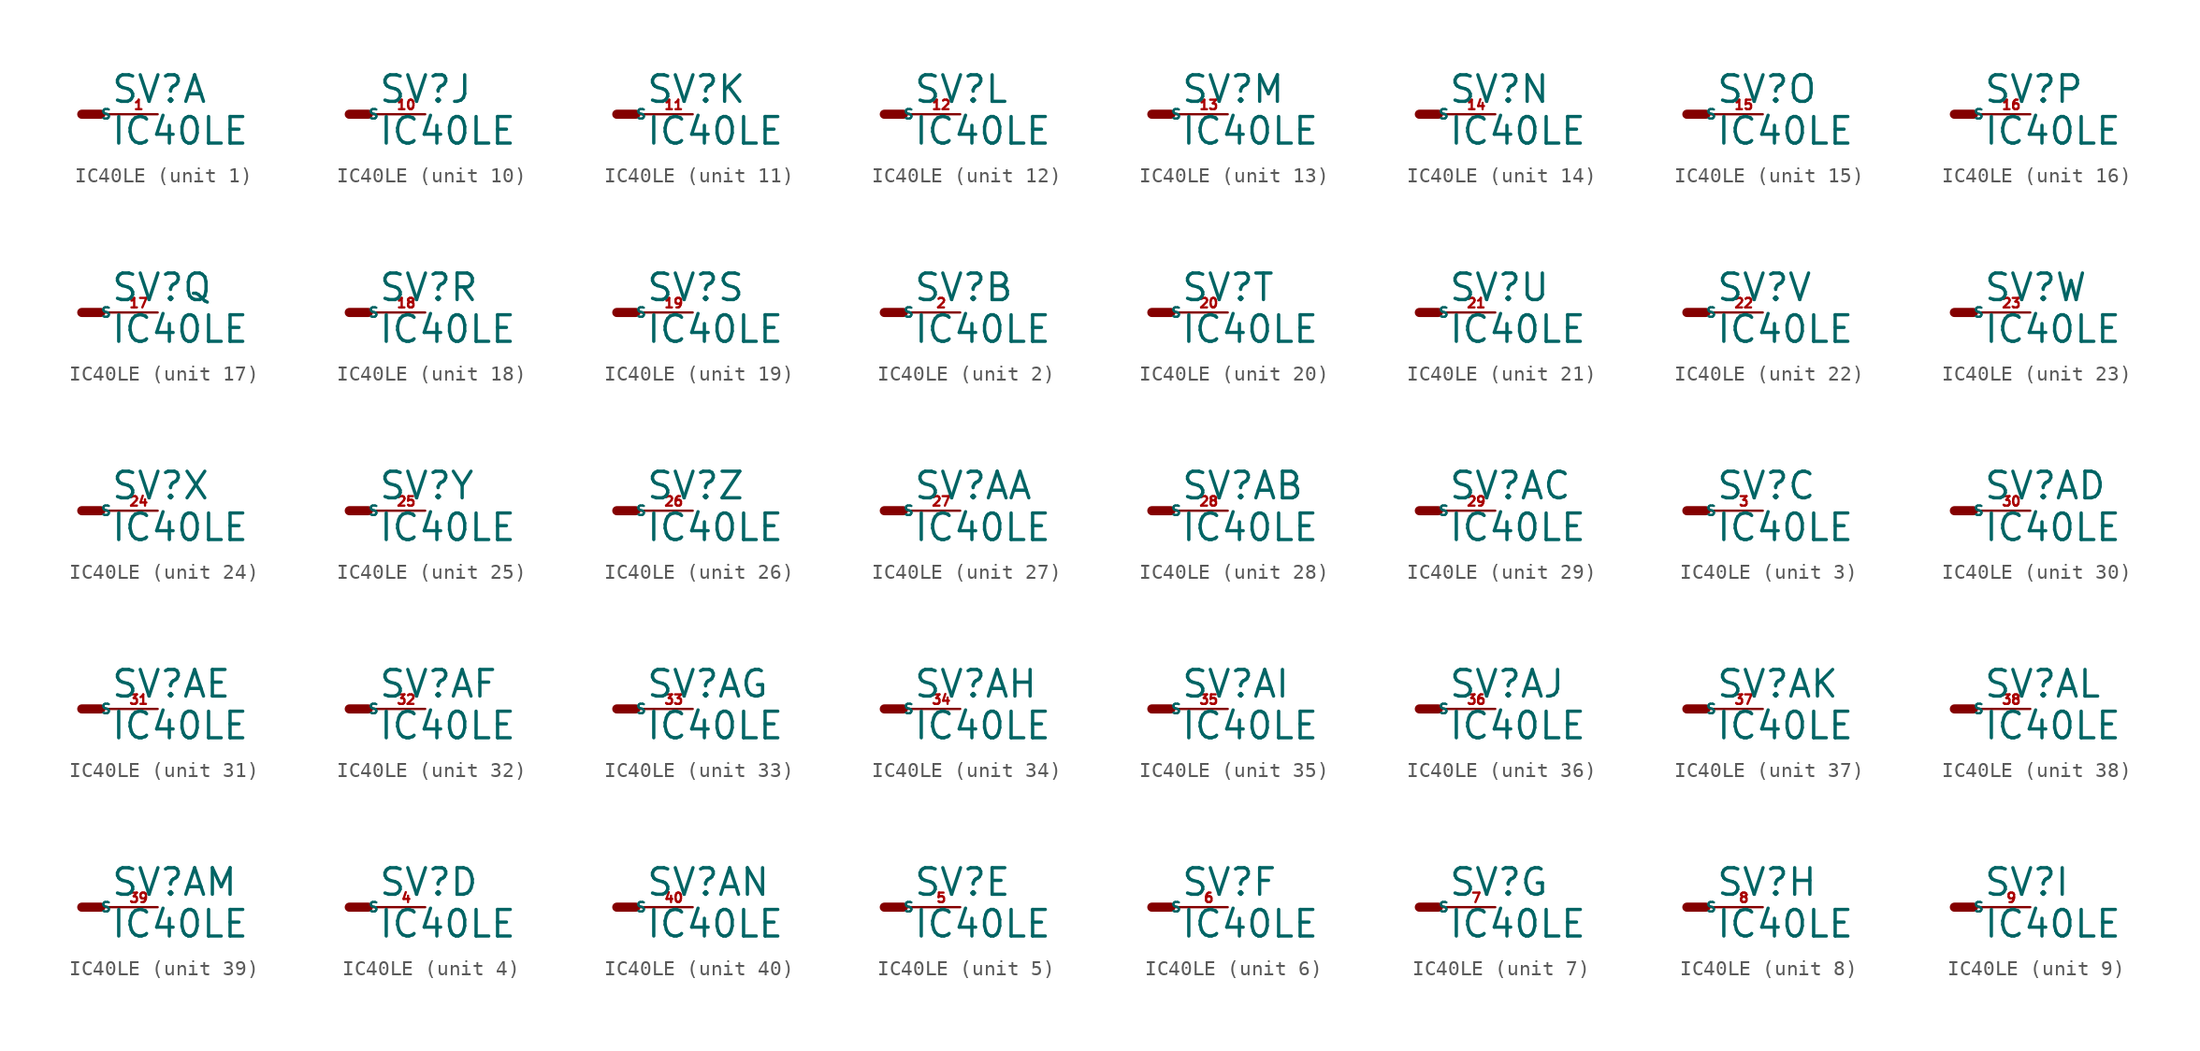
<source format=kicad_sym>
(kicad_symbol_lib
  (version 20220914)
  (generator Eagle2Kicad)
  (symbol "IC40LE"
    (property "Reference" "SV"
      (at 1.905 0.635 0)
      (effects (font (size 1.778 1.778) (thickness 0.22)) (justify left bottom)))
    (property "Value" "IC40LE"
      (at 1.905 -2.159 0)
      (effects (font (size 1.778 1.778) (thickness 0.22)) (justify left bottom)))
    (symbol "IC40LE_1_0"
      (polyline (pts (xy 0 0) (xy 1.27 0)) (stroke (width 0.61) (type default)) (fill (type none)))
      (polyline (pts (xy 2.54 0) (xy 1.27 0)) (stroke (width 0.152) (type default)) (fill (type none)))
      (pin passive line (at 5.08 0 180) (length 2.54) (name "S" (effects (font (size 0.635 0.635) (thickness 0.08)) (justify left bottom))) (number "1" (effects (font (size 0.635 0.635) (thickness 0.08)) (justify left bottom)))))
    (symbol "IC40LE_2_0"
      (polyline (pts (xy 0 0) (xy 1.27 0)) (stroke (width 0.61) (type default)) (fill (type none)))
      (polyline (pts (xy 2.54 0) (xy 1.27 0)) (stroke (width 0.152) (type default)) (fill (type none)))
      (pin passive line (at 5.08 0 180) (length 2.54) (name "S" (effects (font (size 0.635 0.635) (thickness 0.08)) (justify left bottom))) (number "2" (effects (font (size 0.635 0.635) (thickness 0.08)) (justify left bottom)))))
    (symbol "IC40LE_3_0"
      (polyline (pts (xy 0 0) (xy 1.27 0)) (stroke (width 0.61) (type default)) (fill (type none)))
      (polyline (pts (xy 2.54 0) (xy 1.27 0)) (stroke (width 0.152) (type default)) (fill (type none)))
      (pin passive line (at 5.08 0 180) (length 2.54) (name "S" (effects (font (size 0.635 0.635) (thickness 0.08)) (justify left bottom))) (number "3" (effects (font (size 0.635 0.635) (thickness 0.08)) (justify left bottom)))))
    (symbol "IC40LE_4_0"
      (polyline (pts (xy 0 0) (xy 1.27 0)) (stroke (width 0.61) (type default)) (fill (type none)))
      (polyline (pts (xy 2.54 0) (xy 1.27 0)) (stroke (width 0.152) (type default)) (fill (type none)))
      (pin passive line (at 5.08 0 180) (length 2.54) (name "S" (effects (font (size 0.635 0.635) (thickness 0.08)) (justify left bottom))) (number "4" (effects (font (size 0.635 0.635) (thickness 0.08)) (justify left bottom)))))
    (symbol "IC40LE_5_0"
      (polyline (pts (xy 0 0) (xy 1.27 0)) (stroke (width 0.61) (type default)) (fill (type none)))
      (polyline (pts (xy 2.54 0) (xy 1.27 0)) (stroke (width 0.152) (type default)) (fill (type none)))
      (pin passive line (at 5.08 0 180) (length 2.54) (name "S" (effects (font (size 0.635 0.635) (thickness 0.08)) (justify left bottom))) (number "5" (effects (font (size 0.635 0.635) (thickness 0.08)) (justify left bottom)))))
    (symbol "IC40LE_6_0"
      (polyline (pts (xy 0 0) (xy 1.27 0)) (stroke (width 0.61) (type default)) (fill (type none)))
      (polyline (pts (xy 2.54 0) (xy 1.27 0)) (stroke (width 0.152) (type default)) (fill (type none)))
      (pin passive line (at 5.08 0 180) (length 2.54) (name "S" (effects (font (size 0.635 0.635) (thickness 0.08)) (justify left bottom))) (number "6" (effects (font (size 0.635 0.635) (thickness 0.08)) (justify left bottom)))))
    (symbol "IC40LE_7_0"
      (polyline (pts (xy 0 0) (xy 1.27 0)) (stroke (width 0.61) (type default)) (fill (type none)))
      (polyline (pts (xy 2.54 0) (xy 1.27 0)) (stroke (width 0.152) (type default)) (fill (type none)))
      (pin passive line (at 5.08 0 180) (length 2.54) (name "S" (effects (font (size 0.635 0.635) (thickness 0.08)) (justify left bottom))) (number "7" (effects (font (size 0.635 0.635) (thickness 0.08)) (justify left bottom)))))
    (symbol "IC40LE_8_0"
      (polyline (pts (xy 0 0) (xy 1.27 0)) (stroke (width 0.61) (type default)) (fill (type none)))
      (polyline (pts (xy 2.54 0) (xy 1.27 0)) (stroke (width 0.152) (type default)) (fill (type none)))
      (pin passive line (at 5.08 0 180) (length 2.54) (name "S" (effects (font (size 0.635 0.635) (thickness 0.08)) (justify left bottom))) (number "8" (effects (font (size 0.635 0.635) (thickness 0.08)) (justify left bottom)))))
    (symbol "IC40LE_9_0"
      (polyline (pts (xy 0 0) (xy 1.27 0)) (stroke (width 0.61) (type default)) (fill (type none)))
      (polyline (pts (xy 2.54 0) (xy 1.27 0)) (stroke (width 0.152) (type default)) (fill (type none)))
      (pin passive line (at 5.08 0 180) (length 2.54) (name "S" (effects (font (size 0.635 0.635) (thickness 0.08)) (justify left bottom))) (number "9" (effects (font (size 0.635 0.635) (thickness 0.08)) (justify left bottom)))))
    (symbol "IC40LE_10_0"
      (polyline (pts (xy 0 0) (xy 1.27 0)) (stroke (width 0.61) (type default)) (fill (type none)))
      (polyline (pts (xy 2.54 0) (xy 1.27 0)) (stroke (width 0.152) (type default)) (fill (type none)))
      (pin passive line (at 5.08 0 180) (length 2.54) (name "S" (effects (font (size 0.635 0.635) (thickness 0.08)) (justify left bottom))) (number "10" (effects (font (size 0.635 0.635) (thickness 0.08)) (justify left bottom)))))
    (symbol "IC40LE_11_0"
      (polyline (pts (xy 0 0) (xy 1.27 0)) (stroke (width 0.61) (type default)) (fill (type none)))
      (polyline (pts (xy 2.54 0) (xy 1.27 0)) (stroke (width 0.152) (type default)) (fill (type none)))
      (pin passive line (at 5.08 0 180) (length 2.54) (name "S" (effects (font (size 0.635 0.635) (thickness 0.08)) (justify left bottom))) (number "11" (effects (font (size 0.635 0.635) (thickness 0.08)) (justify left bottom)))))
    (symbol "IC40LE_12_0"
      (polyline (pts (xy 0 0) (xy 1.27 0)) (stroke (width 0.61) (type default)) (fill (type none)))
      (polyline (pts (xy 2.54 0) (xy 1.27 0)) (stroke (width 0.152) (type default)) (fill (type none)))
      (pin passive line (at 5.08 0 180) (length 2.54) (name "S" (effects (font (size 0.635 0.635) (thickness 0.08)) (justify left bottom))) (number "12" (effects (font (size 0.635 0.635) (thickness 0.08)) (justify left bottom)))))
    (symbol "IC40LE_13_0"
      (polyline (pts (xy 0 0) (xy 1.27 0)) (stroke (width 0.61) (type default)) (fill (type none)))
      (polyline (pts (xy 2.54 0) (xy 1.27 0)) (stroke (width 0.152) (type default)) (fill (type none)))
      (pin passive line (at 5.08 0 180) (length 2.54) (name "S" (effects (font (size 0.635 0.635) (thickness 0.08)) (justify left bottom))) (number "13" (effects (font (size 0.635 0.635) (thickness 0.08)) (justify left bottom)))))
    (symbol "IC40LE_14_0"
      (polyline (pts (xy 0 0) (xy 1.27 0)) (stroke (width 0.61) (type default)) (fill (type none)))
      (polyline (pts (xy 2.54 0) (xy 1.27 0)) (stroke (width 0.152) (type default)) (fill (type none)))
      (pin passive line (at 5.08 0 180) (length 2.54) (name "S" (effects (font (size 0.635 0.635) (thickness 0.08)) (justify left bottom))) (number "14" (effects (font (size 0.635 0.635) (thickness 0.08)) (justify left bottom)))))
    (symbol "IC40LE_15_0"
      (polyline (pts (xy 0 0) (xy 1.27 0)) (stroke (width 0.61) (type default)) (fill (type none)))
      (polyline (pts (xy 2.54 0) (xy 1.27 0)) (stroke (width 0.152) (type default)) (fill (type none)))
      (pin passive line (at 5.08 0 180) (length 2.54) (name "S" (effects (font (size 0.635 0.635) (thickness 0.08)) (justify left bottom))) (number "15" (effects (font (size 0.635 0.635) (thickness 0.08)) (justify left bottom)))))
    (symbol "IC40LE_16_0"
      (polyline (pts (xy 0 0) (xy 1.27 0)) (stroke (width 0.61) (type default)) (fill (type none)))
      (polyline (pts (xy 2.54 0) (xy 1.27 0)) (stroke (width 0.152) (type default)) (fill (type none)))
      (pin passive line (at 5.08 0 180) (length 2.54) (name "S" (effects (font (size 0.635 0.635) (thickness 0.08)) (justify left bottom))) (number "16" (effects (font (size 0.635 0.635) (thickness 0.08)) (justify left bottom)))))
    (symbol "IC40LE_17_0"
      (polyline (pts (xy 0 0) (xy 1.27 0)) (stroke (width 0.61) (type default)) (fill (type none)))
      (polyline (pts (xy 2.54 0) (xy 1.27 0)) (stroke (width 0.152) (type default)) (fill (type none)))
      (pin passive line (at 5.08 0 180) (length 2.54) (name "S" (effects (font (size 0.635 0.635) (thickness 0.08)) (justify left bottom))) (number "17" (effects (font (size 0.635 0.635) (thickness 0.08)) (justify left bottom)))))
    (symbol "IC40LE_18_0"
      (polyline (pts (xy 0 0) (xy 1.27 0)) (stroke (width 0.61) (type default)) (fill (type none)))
      (polyline (pts (xy 2.54 0) (xy 1.27 0)) (stroke (width 0.152) (type default)) (fill (type none)))
      (pin passive line (at 5.08 0 180) (length 2.54) (name "S" (effects (font (size 0.635 0.635) (thickness 0.08)) (justify left bottom))) (number "18" (effects (font (size 0.635 0.635) (thickness 0.08)) (justify left bottom)))))
    (symbol "IC40LE_19_0"
      (polyline (pts (xy 0 0) (xy 1.27 0)) (stroke (width 0.61) (type default)) (fill (type none)))
      (polyline (pts (xy 2.54 0) (xy 1.27 0)) (stroke (width 0.152) (type default)) (fill (type none)))
      (pin passive line (at 5.08 0 180) (length 2.54) (name "S" (effects (font (size 0.635 0.635) (thickness 0.08)) (justify left bottom))) (number "19" (effects (font (size 0.635 0.635) (thickness 0.08)) (justify left bottom)))))
    (symbol "IC40LE_20_0"
      (polyline (pts (xy 0 0) (xy 1.27 0)) (stroke (width 0.61) (type default)) (fill (type none)))
      (polyline (pts (xy 2.54 0) (xy 1.27 0)) (stroke (width 0.152) (type default)) (fill (type none)))
      (pin passive line (at 5.08 0 180) (length 2.54) (name "S" (effects (font (size 0.635 0.635) (thickness 0.08)) (justify left bottom))) (number "20" (effects (font (size 0.635 0.635) (thickness 0.08)) (justify left bottom)))))
    (symbol "IC40LE_21_0"
      (polyline (pts (xy 0 0) (xy 1.27 0)) (stroke (width 0.61) (type default)) (fill (type none)))
      (polyline (pts (xy 2.54 0) (xy 1.27 0)) (stroke (width 0.152) (type default)) (fill (type none)))
      (pin passive line (at 5.08 0 180) (length 2.54) (name "S" (effects (font (size 0.635 0.635) (thickness 0.08)) (justify left bottom))) (number "21" (effects (font (size 0.635 0.635) (thickness 0.08)) (justify left bottom)))))
    (symbol "IC40LE_22_0"
      (polyline (pts (xy 0 0) (xy 1.27 0)) (stroke (width 0.61) (type default)) (fill (type none)))
      (polyline (pts (xy 2.54 0) (xy 1.27 0)) (stroke (width 0.152) (type default)) (fill (type none)))
      (pin passive line (at 5.08 0 180) (length 2.54) (name "S" (effects (font (size 0.635 0.635) (thickness 0.08)) (justify left bottom))) (number "22" (effects (font (size 0.635 0.635) (thickness 0.08)) (justify left bottom)))))
    (symbol "IC40LE_23_0"
      (polyline (pts (xy 0 0) (xy 1.27 0)) (stroke (width 0.61) (type default)) (fill (type none)))
      (polyline (pts (xy 2.54 0) (xy 1.27 0)) (stroke (width 0.152) (type default)) (fill (type none)))
      (pin passive line (at 5.08 0 180) (length 2.54) (name "S" (effects (font (size 0.635 0.635) (thickness 0.08)) (justify left bottom))) (number "23" (effects (font (size 0.635 0.635) (thickness 0.08)) (justify left bottom)))))
    (symbol "IC40LE_24_0"
      (polyline (pts (xy 0 0) (xy 1.27 0)) (stroke (width 0.61) (type default)) (fill (type none)))
      (polyline (pts (xy 2.54 0) (xy 1.27 0)) (stroke (width 0.152) (type default)) (fill (type none)))
      (pin passive line (at 5.08 0 180) (length 2.54) (name "S" (effects (font (size 0.635 0.635) (thickness 0.08)) (justify left bottom))) (number "24" (effects (font (size 0.635 0.635) (thickness 0.08)) (justify left bottom)))))
    (symbol "IC40LE_25_0"
      (polyline (pts (xy 0 0) (xy 1.27 0)) (stroke (width 0.61) (type default)) (fill (type none)))
      (polyline (pts (xy 2.54 0) (xy 1.27 0)) (stroke (width 0.152) (type default)) (fill (type none)))
      (pin passive line (at 5.08 0 180) (length 2.54) (name "S" (effects (font (size 0.635 0.635) (thickness 0.08)) (justify left bottom))) (number "25" (effects (font (size 0.635 0.635) (thickness 0.08)) (justify left bottom)))))
    (symbol "IC40LE_26_0"
      (polyline (pts (xy 0 0) (xy 1.27 0)) (stroke (width 0.61) (type default)) (fill (type none)))
      (polyline (pts (xy 2.54 0) (xy 1.27 0)) (stroke (width 0.152) (type default)) (fill (type none)))
      (pin passive line (at 5.08 0 180) (length 2.54) (name "S" (effects (font (size 0.635 0.635) (thickness 0.08)) (justify left bottom))) (number "26" (effects (font (size 0.635 0.635) (thickness 0.08)) (justify left bottom)))))
    (symbol "IC40LE_27_0"
      (polyline (pts (xy 0 0) (xy 1.27 0)) (stroke (width 0.61) (type default)) (fill (type none)))
      (polyline (pts (xy 2.54 0) (xy 1.27 0)) (stroke (width 0.152) (type default)) (fill (type none)))
      (pin passive line (at 5.08 0 180) (length 2.54) (name "S" (effects (font (size 0.635 0.635) (thickness 0.08)) (justify left bottom))) (number "27" (effects (font (size 0.635 0.635) (thickness 0.08)) (justify left bottom)))))
    (symbol "IC40LE_28_0"
      (polyline (pts (xy 0 0) (xy 1.27 0)) (stroke (width 0.61) (type default)) (fill (type none)))
      (polyline (pts (xy 2.54 0) (xy 1.27 0)) (stroke (width 0.152) (type default)) (fill (type none)))
      (pin passive line (at 5.08 0 180) (length 2.54) (name "S" (effects (font (size 0.635 0.635) (thickness 0.08)) (justify left bottom))) (number "28" (effects (font (size 0.635 0.635) (thickness 0.08)) (justify left bottom)))))
    (symbol "IC40LE_29_0"
      (polyline (pts (xy 0 0) (xy 1.27 0)) (stroke (width 0.61) (type default)) (fill (type none)))
      (polyline (pts (xy 2.54 0) (xy 1.27 0)) (stroke (width 0.152) (type default)) (fill (type none)))
      (pin passive line (at 5.08 0 180) (length 2.54) (name "S" (effects (font (size 0.635 0.635) (thickness 0.08)) (justify left bottom))) (number "29" (effects (font (size 0.635 0.635) (thickness 0.08)) (justify left bottom)))))
    (symbol "IC40LE_30_0"
      (polyline (pts (xy 0 0) (xy 1.27 0)) (stroke (width 0.61) (type default)) (fill (type none)))
      (polyline (pts (xy 2.54 0) (xy 1.27 0)) (stroke (width 0.152) (type default)) (fill (type none)))
      (pin passive line (at 5.08 0 180) (length 2.54) (name "S" (effects (font (size 0.635 0.635) (thickness 0.08)) (justify left bottom))) (number "30" (effects (font (size 0.635 0.635) (thickness 0.08)) (justify left bottom)))))
    (symbol "IC40LE_31_0"
      (polyline (pts (xy 0 0) (xy 1.27 0)) (stroke (width 0.61) (type default)) (fill (type none)))
      (polyline (pts (xy 2.54 0) (xy 1.27 0)) (stroke (width 0.152) (type default)) (fill (type none)))
      (pin passive line (at 5.08 0 180) (length 2.54) (name "S" (effects (font (size 0.635 0.635) (thickness 0.08)) (justify left bottom))) (number "31" (effects (font (size 0.635 0.635) (thickness 0.08)) (justify left bottom)))))
    (symbol "IC40LE_32_0"
      (polyline (pts (xy 0 0) (xy 1.27 0)) (stroke (width 0.61) (type default)) (fill (type none)))
      (polyline (pts (xy 2.54 0) (xy 1.27 0)) (stroke (width 0.152) (type default)) (fill (type none)))
      (pin passive line (at 5.08 0 180) (length 2.54) (name "S" (effects (font (size 0.635 0.635) (thickness 0.08)) (justify left bottom))) (number "32" (effects (font (size 0.635 0.635) (thickness 0.08)) (justify left bottom)))))
    (symbol "IC40LE_33_0"
      (polyline (pts (xy 0 0) (xy 1.27 0)) (stroke (width 0.61) (type default)) (fill (type none)))
      (polyline (pts (xy 2.54 0) (xy 1.27 0)) (stroke (width 0.152) (type default)) (fill (type none)))
      (pin passive line (at 5.08 0 180) (length 2.54) (name "S" (effects (font (size 0.635 0.635) (thickness 0.08)) (justify left bottom))) (number "33" (effects (font (size 0.635 0.635) (thickness 0.08)) (justify left bottom)))))
    (symbol "IC40LE_34_0"
      (polyline (pts (xy 0 0) (xy 1.27 0)) (stroke (width 0.61) (type default)) (fill (type none)))
      (polyline (pts (xy 2.54 0) (xy 1.27 0)) (stroke (width 0.152) (type default)) (fill (type none)))
      (pin passive line (at 5.08 0 180) (length 2.54) (name "S" (effects (font (size 0.635 0.635) (thickness 0.08)) (justify left bottom))) (number "34" (effects (font (size 0.635 0.635) (thickness 0.08)) (justify left bottom)))))
    (symbol "IC40LE_35_0"
      (polyline (pts (xy 0 0) (xy 1.27 0)) (stroke (width 0.61) (type default)) (fill (type none)))
      (polyline (pts (xy 2.54 0) (xy 1.27 0)) (stroke (width 0.152) (type default)) (fill (type none)))
      (pin passive line (at 5.08 0 180) (length 2.54) (name "S" (effects (font (size 0.635 0.635) (thickness 0.08)) (justify left bottom))) (number "35" (effects (font (size 0.635 0.635) (thickness 0.08)) (justify left bottom)))))
    (symbol "IC40LE_36_0"
      (polyline (pts (xy 0 0) (xy 1.27 0)) (stroke (width 0.61) (type default)) (fill (type none)))
      (polyline (pts (xy 2.54 0) (xy 1.27 0)) (stroke (width 0.152) (type default)) (fill (type none)))
      (pin passive line (at 5.08 0 180) (length 2.54) (name "S" (effects (font (size 0.635 0.635) (thickness 0.08)) (justify left bottom))) (number "36" (effects (font (size 0.635 0.635) (thickness 0.08)) (justify left bottom)))))
    (symbol "IC40LE_37_0"
      (polyline (pts (xy 0 0) (xy 1.27 0)) (stroke (width 0.61) (type default)) (fill (type none)))
      (polyline (pts (xy 2.54 0) (xy 1.27 0)) (stroke (width 0.152) (type default)) (fill (type none)))
      (pin passive line (at 5.08 0 180) (length 2.54) (name "S" (effects (font (size 0.635 0.635) (thickness 0.08)) (justify left bottom))) (number "37" (effects (font (size 0.635 0.635) (thickness 0.08)) (justify left bottom)))))
    (symbol "IC40LE_38_0"
      (polyline (pts (xy 0 0) (xy 1.27 0)) (stroke (width 0.61) (type default)) (fill (type none)))
      (polyline (pts (xy 2.54 0) (xy 1.27 0)) (stroke (width 0.152) (type default)) (fill (type none)))
      (pin passive line (at 5.08 0 180) (length 2.54) (name "S" (effects (font (size 0.635 0.635) (thickness 0.08)) (justify left bottom))) (number "38" (effects (font (size 0.635 0.635) (thickness 0.08)) (justify left bottom)))))
    (symbol "IC40LE_39_0"
      (polyline (pts (xy 0 0) (xy 1.27 0)) (stroke (width 0.61) (type default)) (fill (type none)))
      (polyline (pts (xy 2.54 0) (xy 1.27 0)) (stroke (width 0.152) (type default)) (fill (type none)))
      (pin passive line (at 5.08 0 180) (length 2.54) (name "S" (effects (font (size 0.635 0.635) (thickness 0.08)) (justify left bottom))) (number "39" (effects (font (size 0.635 0.635) (thickness 0.08)) (justify left bottom)))))
    (symbol "IC40LE_40_0"
      (polyline (pts (xy 0 0) (xy 1.27 0)) (stroke (width 0.61) (type default)) (fill (type none)))
      (polyline (pts (xy 2.54 0) (xy 1.27 0)) (stroke (width 0.152) (type default)) (fill (type none)))
      (pin passive line (at 5.08 0 180) (length 2.54) (name "S" (effects (font (size 0.635 0.635) (thickness 0.08)) (justify left bottom))) (number "40" (effects (font (size 0.635 0.635) (thickness 0.08)) (justify left bottom)))))))
</source>
